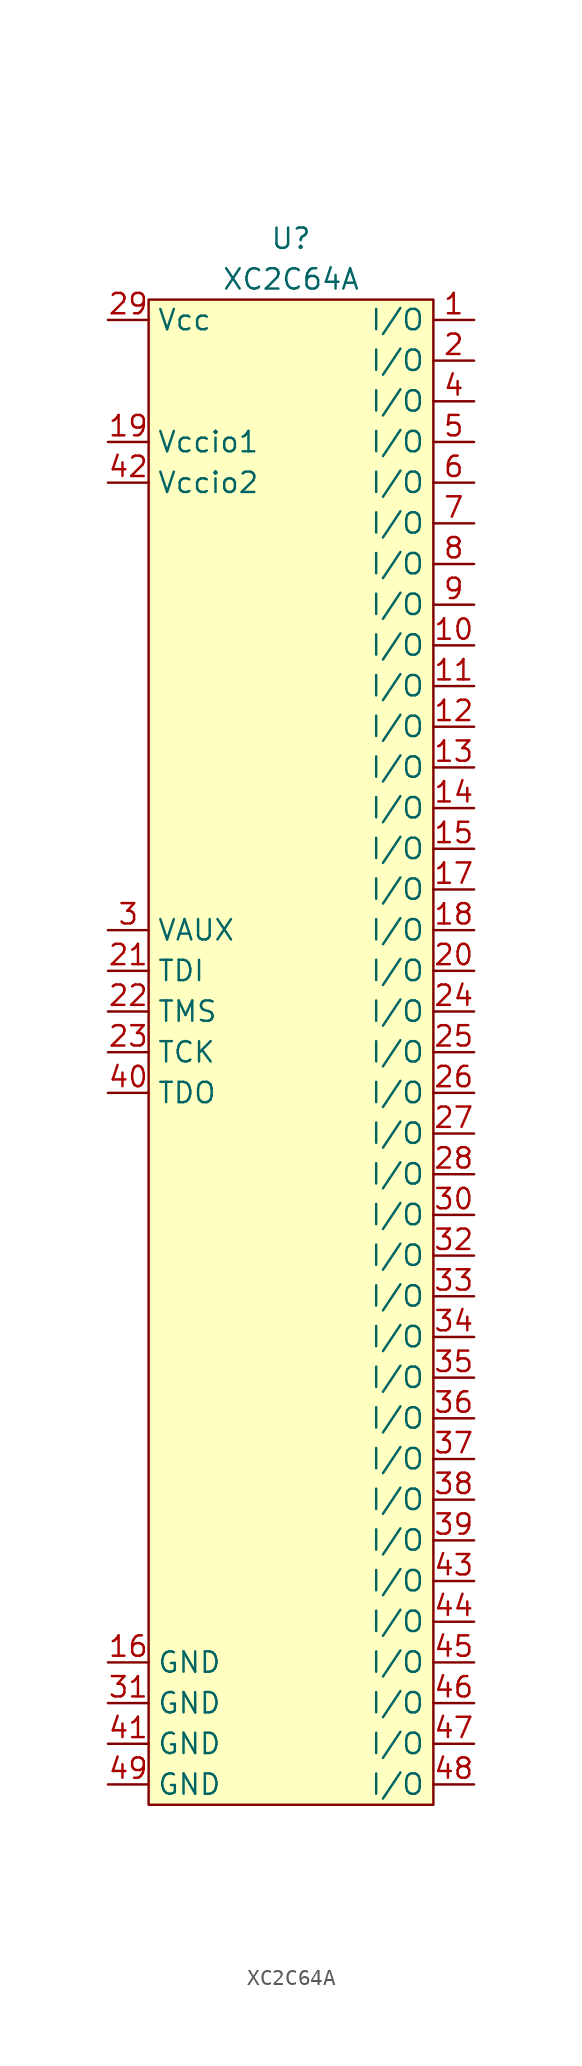
<source format=kicad_sym>
(kicad_symbol_lib
  (version 20211014)
  (generator kicad_symbol_editor)
  (symbol "XC2C64A"
    (property "Reference" "U"
      (at 0 2.54 0)
      (effects (font (size 1.27 1.27))))
    (property "Value" "XC2C64A"
      (at 0 0 0)
      (effects (font (size 1.27 1.27))))
    (symbol "XC2C64A_0_1"
      (rectangle (start -8.89 -1.27) (end 8.89 -95.25) (stroke (width 0) (type default) (color 0 0 0 0)) (fill (type background))))
    (symbol "XC2C64A_1_1"
      (pin bidirectional line (at 11.43 -2.54 180) (length 2.54) (name "I/O" (effects (font (size 1.27 1.27)))) (number "1" (effects (font (size 1.27 1.27)))))
      (pin bidirectional line (at 11.43 -22.86 180) (length 2.54) (name "I/O" (effects (font (size 1.27 1.27)))) (number "10" (effects (font (size 1.27 1.27)))))
      (pin bidirectional line (at 11.43 -25.4 180) (length 2.54) (name "I/O" (effects (font (size 1.27 1.27)))) (number "11" (effects (font (size 1.27 1.27)))))
      (pin bidirectional line (at 11.43 -27.94 180) (length 2.54) (name "I/O" (effects (font (size 1.27 1.27)))) (number "12" (effects (font (size 1.27 1.27)))))
      (pin bidirectional line (at 11.43 -30.48 180) (length 2.54) (name "I/O" (effects (font (size 1.27 1.27)))) (number "13" (effects (font (size 1.27 1.27)))))
      (pin bidirectional line (at 11.43 -33.02 180) (length 2.54) (name "I/O" (effects (font (size 1.27 1.27)))) (number "14" (effects (font (size 1.27 1.27)))))
      (pin bidirectional line (at 11.43 -35.56 180) (length 2.54) (name "I/O" (effects (font (size 1.27 1.27)))) (number "15" (effects (font (size 1.27 1.27)))))
      (pin unspecified line (at -11.43 -86.36 0) (length 2.54) (name "GND" (effects (font (size 1.27 1.27)))) (number "16" (effects (font (size 1.27 1.27)))))
      (pin bidirectional line (at 11.43 -38.1 180) (length 2.54) (name "I/O" (effects (font (size 1.27 1.27)))) (number "17" (effects (font (size 1.27 1.27)))))
      (pin bidirectional line (at 11.43 -40.64 180) (length 2.54) (name "I/O" (effects (font (size 1.27 1.27)))) (number "18" (effects (font (size 1.27 1.27)))))
      (pin power_in line (at -11.43 -10.16 0) (length 2.54) (name "Vccio1" (effects (font (size 1.27 1.27)))) (number "19" (effects (font (size 1.27 1.27)))))
      (pin bidirectional line (at 11.43 -5.08 180) (length 2.54) (name "I/O" (effects (font (size 1.27 1.27)))) (number "2" (effects (font (size 1.27 1.27)))))
      (pin bidirectional line (at 11.43 -43.18 180) (length 2.54) (name "I/O" (effects (font (size 1.27 1.27)))) (number "20" (effects (font (size 1.27 1.27)))))
      (pin input line (at -11.43 -43.18 0) (length 2.54) (name "TDI" (effects (font (size 1.27 1.27)))) (number "21" (effects (font (size 1.27 1.27)))))
      (pin input line (at -11.43 -45.72 0) (length 2.54) (name "TMS" (effects (font (size 1.27 1.27)))) (number "22" (effects (font (size 1.27 1.27)))))
      (pin input line (at -11.43 -48.26 0) (length 2.54) (name "TCK" (effects (font (size 1.27 1.27)))) (number "23" (effects (font (size 1.27 1.27)))))
      (pin bidirectional line (at 11.43 -45.72 180) (length 2.54) (name "I/O" (effects (font (size 1.27 1.27)))) (number "24" (effects (font (size 1.27 1.27)))))
      (pin bidirectional line (at 11.43 -48.26 180) (length 2.54) (name "I/O" (effects (font (size 1.27 1.27)))) (number "25" (effects (font (size 1.27 1.27)))))
      (pin bidirectional line (at 11.43 -50.8 180) (length 2.54) (name "I/O" (effects (font (size 1.27 1.27)))) (number "26" (effects (font (size 1.27 1.27)))))
      (pin bidirectional line (at 11.43 -53.34 180) (length 2.54) (name "I/O" (effects (font (size 1.27 1.27)))) (number "27" (effects (font (size 1.27 1.27)))))
      (pin bidirectional line (at 11.43 -55.88 180) (length 2.54) (name "I/O" (effects (font (size 1.27 1.27)))) (number "28" (effects (font (size 1.27 1.27)))))
      (pin power_in line (at -11.43 -2.54 0) (length 2.54) (name "Vcc" (effects (font (size 1.27 1.27)))) (number "29" (effects (font (size 1.27 1.27)))))
      (pin power_in line (at -11.43 -40.64 0) (length 2.54) (name "VAUX" (effects (font (size 1.27 1.27)))) (number "3" (effects (font (size 1.27 1.27)))))
      (pin bidirectional line (at 11.43 -58.42 180) (length 2.54) (name "I/O" (effects (font (size 1.27 1.27)))) (number "30" (effects (font (size 1.27 1.27)))))
      (pin unspecified line (at -11.43 -88.9 0) (length 2.54) (name "GND" (effects (font (size 1.27 1.27)))) (number "31" (effects (font (size 1.27 1.27)))))
      (pin bidirectional line (at 11.43 -60.96 180) (length 2.54) (name "I/O" (effects (font (size 1.27 1.27)))) (number "32" (effects (font (size 1.27 1.27)))))
      (pin bidirectional line (at 11.43 -63.5 180) (length 2.54) (name "I/O" (effects (font (size 1.27 1.27)))) (number "33" (effects (font (size 1.27 1.27)))))
      (pin bidirectional line (at 11.43 -66.04 180) (length 2.54) (name "I/O" (effects (font (size 1.27 1.27)))) (number "34" (effects (font (size 1.27 1.27)))))
      (pin bidirectional line (at 11.43 -68.58 180) (length 2.54) (name "I/O" (effects (font (size 1.27 1.27)))) (number "35" (effects (font (size 1.27 1.27)))))
      (pin bidirectional line (at 11.43 -71.12 180) (length 2.54) (name "I/O" (effects (font (size 1.27 1.27)))) (number "36" (effects (font (size 1.27 1.27)))))
      (pin bidirectional line (at 11.43 -73.66 180) (length 2.54) (name "I/O" (effects (font (size 1.27 1.27)))) (number "37" (effects (font (size 1.27 1.27)))))
      (pin bidirectional line (at 11.43 -76.2 180) (length 2.54) (name "I/O" (effects (font (size 1.27 1.27)))) (number "38" (effects (font (size 1.27 1.27)))))
      (pin bidirectional line (at 11.43 -78.74 180) (length 2.54) (name "I/O" (effects (font (size 1.27 1.27)))) (number "39" (effects (font (size 1.27 1.27)))))
      (pin bidirectional line (at 11.43 -7.62 180) (length 2.54) (name "I/O" (effects (font (size 1.27 1.27)))) (number "4" (effects (font (size 1.27 1.27)))))
      (pin output line (at -11.43 -50.8 0) (length 2.54) (name "TDO" (effects (font (size 1.27 1.27)))) (number "40" (effects (font (size 1.27 1.27)))))
      (pin unspecified line (at -11.43 -91.44 0) (length 2.54) (name "GND" (effects (font (size 1.27 1.27)))) (number "41" (effects (font (size 1.27 1.27)))))
      (pin power_in line (at -11.43 -12.7 0) (length 2.54) (name "Vccio2" (effects (font (size 1.27 1.27)))) (number "42" (effects (font (size 1.27 1.27)))))
      (pin bidirectional line (at 11.43 -81.28 180) (length 2.54) (name "I/O" (effects (font (size 1.27 1.27)))) (number "43" (effects (font (size 1.27 1.27)))))
      (pin bidirectional line (at 11.43 -83.82 180) (length 2.54) (name "I/O" (effects (font (size 1.27 1.27)))) (number "44" (effects (font (size 1.27 1.27)))))
      (pin bidirectional line (at 11.43 -86.36 180) (length 2.54) (name "I/O" (effects (font (size 1.27 1.27)))) (number "45" (effects (font (size 1.27 1.27)))))
      (pin bidirectional line (at 11.43 -88.9 180) (length 2.54) (name "I/O" (effects (font (size 1.27 1.27)))) (number "46" (effects (font (size 1.27 1.27)))))
      (pin bidirectional line (at 11.43 -91.44 180) (length 2.54) (name "I/O" (effects (font (size 1.27 1.27)))) (number "47" (effects (font (size 1.27 1.27)))))
      (pin bidirectional line (at 11.43 -93.98 180) (length 2.54) (name "I/O" (effects (font (size 1.27 1.27)))) (number "48" (effects (font (size 1.27 1.27)))))
      (pin unspecified line (at -11.43 -93.98 0) (length 2.54) (name "GND" (effects (font (size 1.27 1.27)))) (number "49" (effects (font (size 1.27 1.27)))))
      (pin bidirectional line (at 11.43 -10.16 180) (length 2.54) (name "I/O" (effects (font (size 1.27 1.27)))) (number "5" (effects (font (size 1.27 1.27)))))
      (pin bidirectional line (at 11.43 -12.7 180) (length 2.54) (name "I/O" (effects (font (size 1.27 1.27)))) (number "6" (effects (font (size 1.27 1.27)))))
      (pin bidirectional line (at 11.43 -15.24 180) (length 2.54) (name "I/O" (effects (font (size 1.27 1.27)))) (number "7" (effects (font (size 1.27 1.27)))))
      (pin bidirectional line (at 11.43 -17.78 180) (length 2.54) (name "I/O" (effects (font (size 1.27 1.27)))) (number "8" (effects (font (size 1.27 1.27)))))
      (pin bidirectional line (at 11.43 -20.32 180) (length 2.54) (name "I/O" (effects (font (size 1.27 1.27)))) (number "9" (effects (font (size 1.27 1.27))))))))
</source>
